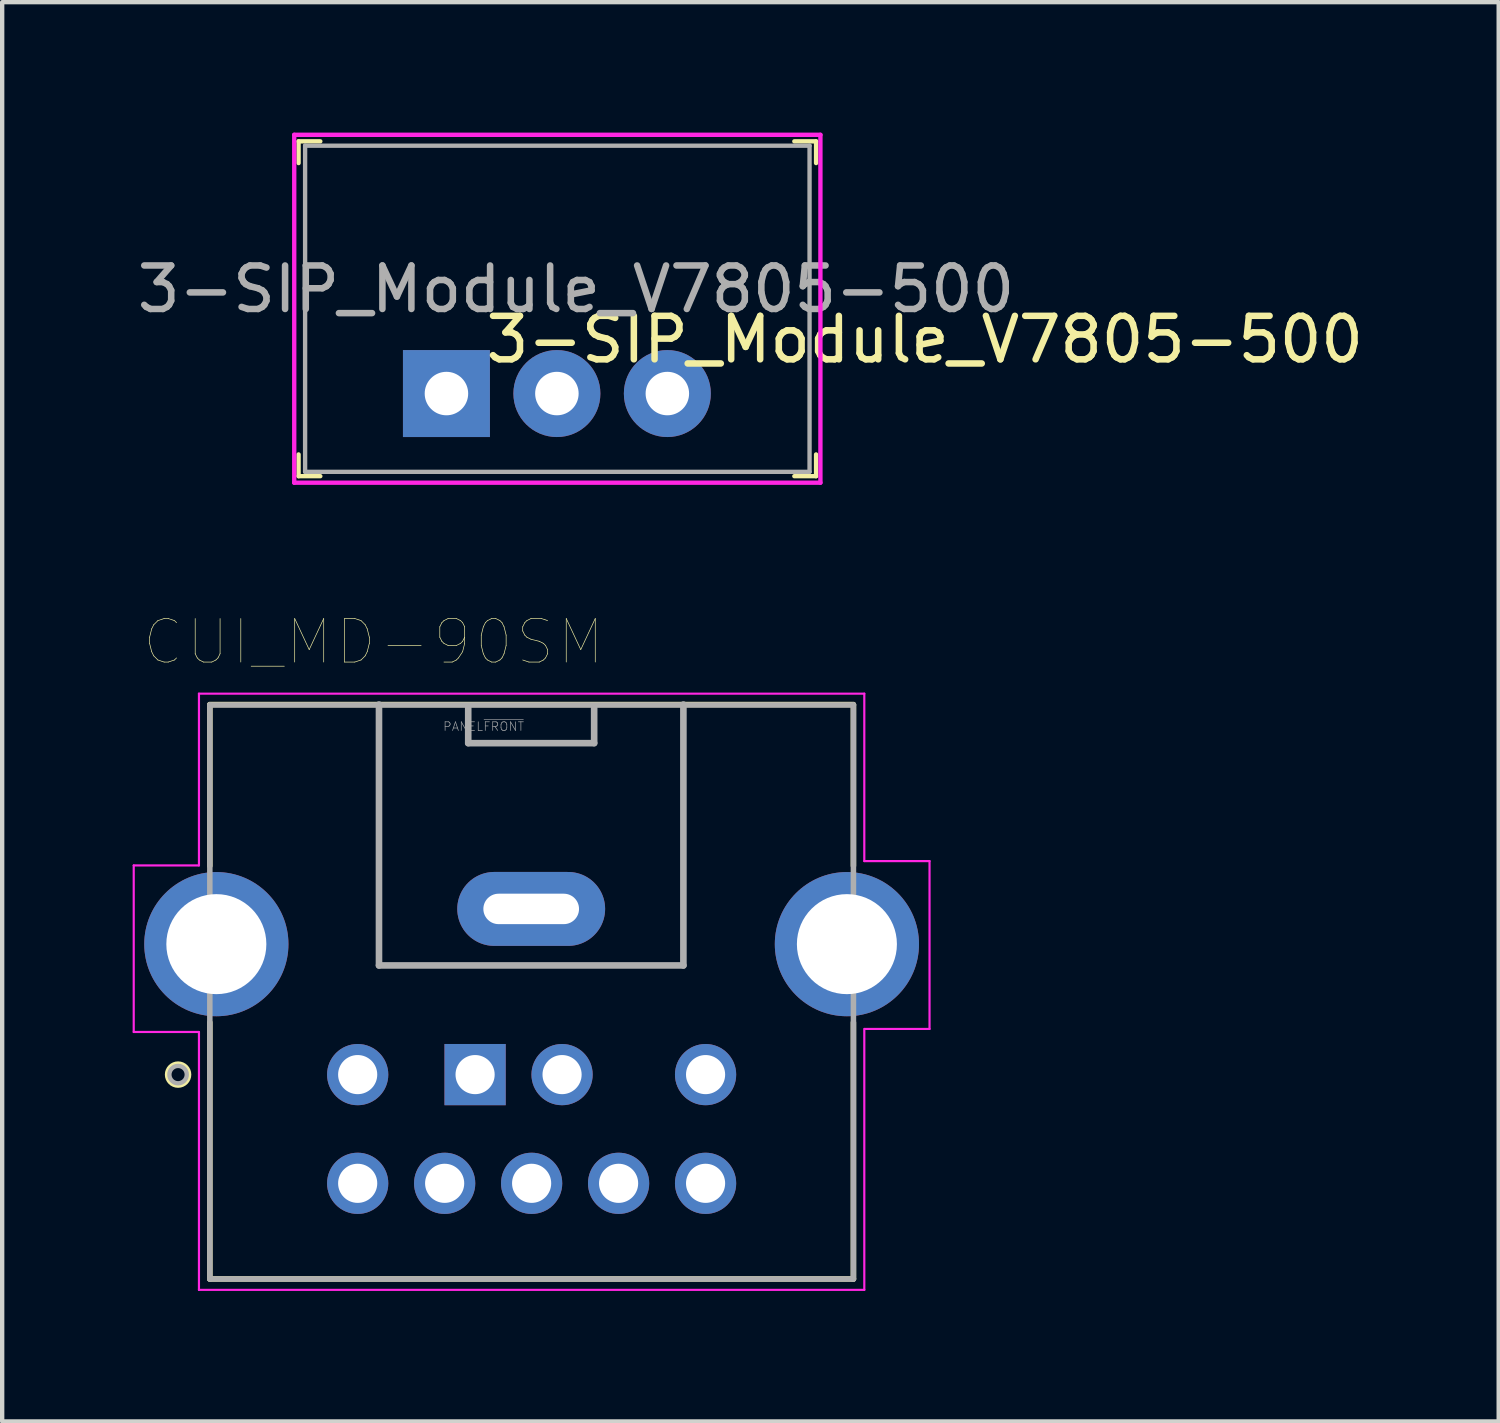
<source format=kicad_pcb>
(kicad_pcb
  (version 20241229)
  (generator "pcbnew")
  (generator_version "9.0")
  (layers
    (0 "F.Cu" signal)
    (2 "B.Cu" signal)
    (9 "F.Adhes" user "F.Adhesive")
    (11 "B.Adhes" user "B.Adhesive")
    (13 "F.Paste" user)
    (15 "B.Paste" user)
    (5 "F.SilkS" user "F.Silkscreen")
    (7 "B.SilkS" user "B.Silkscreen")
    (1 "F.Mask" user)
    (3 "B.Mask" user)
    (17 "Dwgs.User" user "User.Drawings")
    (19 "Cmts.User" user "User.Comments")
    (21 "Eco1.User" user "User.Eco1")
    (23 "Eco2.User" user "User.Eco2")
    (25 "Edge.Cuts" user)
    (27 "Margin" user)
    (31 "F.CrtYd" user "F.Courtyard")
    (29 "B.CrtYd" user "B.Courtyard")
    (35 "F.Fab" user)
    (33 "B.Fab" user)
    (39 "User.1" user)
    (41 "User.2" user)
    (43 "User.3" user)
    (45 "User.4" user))
  (footprint "CUI_MD-90SM"
    (layer "F.Cu")
    (at 9.175 17.861)
    (property "Reference" "CUI_MD-90SM" (at -3.637 -6.149 0) (layer "F.SilkS") (effects (font (size 1.001 1.001) (thickness 0.015))))
    (attr through_hole)
    (fp_line (start -7.4 -4.71) (end 7.4 -4.71) (stroke (width 0.127) (type solid)) (layer "F.SilkS"))
    (fp_line (start -7.4 -4.7) (end -7.4 -1) (stroke (width 0.127) (type solid)) (layer "F.SilkS"))
    (fp_line (start -7.4 8.5) (end -7.4 2.6) (stroke (width 0.127) (type solid)) (layer "F.SilkS"))
    (fp_line (start 7.4 -4.7) (end 7.4 -1) (stroke (width 0.127) (type solid)) (layer "F.SilkS"))
    (fp_line (start 7.4 8.5) (end -7.4 8.5) (stroke (width 0.127) (type solid)) (layer "F.SilkS"))
    (fp_line (start 7.4 8.5) (end 7.4 2.6) (stroke (width 0.127) (type solid)) (layer "F.SilkS"))
    (fp_circle (center -8.13 3.8) (end -7.876 3.8) (stroke (width 0.1) (type solid)) (fill no) (layer "F.SilkS"))
    (fp_line (start -9.15 -1.01) (end -9.15 2.82) (stroke (width 0.05) (type solid)) (layer "F.CrtYd"))
    (fp_line (start -9.15 2.82) (end -7.65 2.82) (stroke (width 0.05) (type solid)) (layer "F.CrtYd"))
    (fp_line (start -7.65 -4.96) (end -7.65 -1.01) (stroke (width 0.05) (type solid)) (layer "F.CrtYd"))
    (fp_line (start -7.65 -4.96) (end 7.65 -4.96) (stroke (width 0.05) (type solid)) (layer "F.CrtYd"))
    (fp_line (start -7.65 -1.01) (end -9.15 -1.01) (stroke (width 0.05) (type solid)) (layer "F.CrtYd"))
    (fp_line (start -7.65 2.82) (end -7.65 8.75) (stroke (width 0.05) (type solid)) (layer "F.CrtYd"))
    (fp_line (start 7.65 -4.96) (end 7.65 -1.11) (stroke (width 0.05) (type solid)) (layer "F.CrtYd"))
    (fp_line (start 7.65 -1.11) (end 9.15 -1.11) (stroke (width 0.05) (type solid)) (layer "F.CrtYd"))
    (fp_line (start 7.65 8.75) (end -7.65 8.75) (stroke (width 0.05) (type solid)) (layer "F.CrtYd"))
    (fp_line (start 7.65 8.75) (end 7.65 2.75) (stroke (width 0.05) (type solid)) (layer "F.CrtYd"))
    (fp_line (start 9.15 -1.11) (end 9.15 2.75) (stroke (width 0.05) (type solid)) (layer "F.CrtYd"))
    (fp_line (start 9.15 2.75) (end 7.66 2.75) (stroke (width 0.05) (type solid)) (layer "F.CrtYd"))
    (fp_line (start -7.4 -4.7) (end 7.4 -4.7) (stroke (width 0.127) (type solid)) (layer "F.Fab"))
    (fp_line (start -7.4 8.5) (end -7.4 -4.7) (stroke (width 0.127) (type solid)) (layer "F.Fab"))
    (fp_line (start -3.51 -4.71) (end -3.51 1.29) (stroke (width 0.152) (type solid)) (layer "F.Fab"))
    (fp_line (start -3.51 1.29) (end 3.49 1.29) (stroke (width 0.152) (type solid)) (layer "F.Fab"))
    (fp_line (start -1.458 -4.63) (end -1.458 -3.822) (stroke (width 0.152) (type solid)) (layer "F.Fab"))
    (fp_line (start -1.458 -3.822) (end 1.438 -3.822) (stroke (width 0.152) (type solid)) (layer "F.Fab"))
    (fp_line (start 1.438 -3.822) (end 1.438 -4.63) (stroke (width 0.152) (type solid)) (layer "F.Fab"))
    (fp_line (start 3.49 1.29) (end 3.49 -4.71) (stroke (width 0.152) (type solid)) (layer "F.Fab"))
    (fp_line (start 7.4 -4.7) (end 7.4 8.5) (stroke (width 0.127) (type solid)) (layer "F.Fab"))
    (fp_line (start 7.4 8.5) (end -7.4 8.5) (stroke (width 0.127) (type solid)) (layer "F.Fab"))
    (fp_circle (center -8.13 3.8) (end -7.93 3.8) (stroke (width 0.1) (type solid)) (fill no) (layer "F.Fab"))
    (fp_text user "PANEL~{FRONT}" (at -1.104 -4.205 0) (layer "F.Fab") (effects (font (size 0.2 0.2) (thickness 0.015))))
    (pad "1" thru_hole rect (at -1.3 3.8) (size 1.408 1.408) (drill 0.9) (layers "*.Cu" "*.Mask"))
    (pad "2" thru_hole circle (at 0.7 3.8) (size 1.408 1.408) (drill 0.9) (layers "*.Cu" "*.Mask"))
    (pad "3" thru_hole circle (at -4 3.8) (size 1.408 1.408) (drill 0.9) (layers "*.Cu" "*.Mask"))
    (pad "4" thru_hole circle (at -2 6.3) (size 1.408 1.408) (drill 0.9) (layers "*.Cu" "*.Mask"))
    (pad "5" thru_hole circle (at 0 6.3) (size 1.408 1.408) (drill 0.9) (layers "*.Cu" "*.Mask"))
    (pad "6" thru_hole circle (at 4 3.8) (size 1.408 1.408) (drill 0.9) (layers "*.Cu" "*.Mask"))
    (pad "7" thru_hole circle (at -4 6.3) (size 1.408 1.408) (drill 0.9) (layers "*.Cu" "*.Mask"))
    (pad "8" thru_hole circle (at 2 6.3) (size 1.408 1.408) (drill 0.9) (layers "*.Cu" "*.Mask"))
    (pad "9" thru_hole circle (at 4 6.3) (size 1.408 1.408) (drill 0.9) (layers "*.Cu" "*.Mask"))
    (pad "S1" thru_hole oval (at -0.01 -0.01) (size 3.4 1.7) (drill oval 2.2 0.7) (layers "*.Cu" "*.Mask"))
    (pad "S2" thru_hole circle (at -7.25 0.8) (size 3.316 3.316) (drill 2.3) (layers "*.Cu" "*.Mask"))
    (pad "S3" thru_hole circle (at 7.25 0.8) (size 3.316 3.316) (drill 2.3) (layers "*.Cu" "*.Mask")))
  (footprint "3-SIP_Module_V7805-500"
    (layer "F.Cu")
    (at 7.216 6)
    (property "Reference" "3-SIP_Module_V7805-500" (at 11 -1.242 0) (layer "F.SilkS") (effects (font (size 1 1) (thickness 0.15))))
    (attr through_hole)
    (fp_line (start -3.4 -5.8) (end -3.4 -5.3) (stroke (width 0.1) (type solid)) (layer "F.SilkS"))
    (fp_line (start -3.4 -5.8) (end -2.9 -5.8) (stroke (width 0.1) (type solid)) (layer "F.SilkS"))
    (fp_line (start -3.4 1.9) (end -3.4 1.4) (stroke (width 0.1) (type solid)) (layer "F.SilkS"))
    (fp_line (start -3.4 1.9) (end -2.9 1.9) (stroke (width 0.1) (type solid)) (layer "F.SilkS"))
    (fp_line (start 8.5 -5.8) (end 8 -5.8) (stroke (width 0.1) (type solid)) (layer "F.SilkS"))
    (fp_line (start 8.5 -5.8) (end 8.5 -5.3) (stroke (width 0.1) (type solid)) (layer "F.SilkS"))
    (fp_line (start 8.5 1.9) (end 8 1.9) (stroke (width 0.1) (type solid)) (layer "F.SilkS"))
    (fp_line (start 8.5 1.9) (end 8.5 1.4) (stroke (width 0.1) (type solid)) (layer "F.SilkS"))
    (fp_line (start -3.5 2.05) (end -3.5 -5.95) (stroke (width 0.1) (type solid)) (layer "F.CrtYd"))
    (fp_line (start 8.6 -5.95) (end -3.5 -5.95) (stroke (width 0.1) (type solid)) (layer "F.CrtYd"))
    (fp_line (start 8.6 2.05) (end -3.5 2.05) (stroke (width 0.1) (type solid)) (layer "F.CrtYd"))
    (fp_line (start 8.6 2.05) (end 8.6 -5.95) (stroke (width 0.1) (type solid)) (layer "F.CrtYd"))
    (fp_line (start -3.25 -5.7) (end -3.25 1.8) (stroke (width 0.1) (type solid)) (layer "F.Fab"))
    (fp_line (start -3.25 -5.7) (end 8.35 -5.7) (stroke (width 0.1) (type solid)) (layer "F.Fab"))
    (fp_line (start -3.25 1.8) (end 8.35 1.8) (stroke (width 0.1) (type solid)) (layer "F.Fab"))
    (fp_line (start 8.35 -5.7) (end 8.35 1.8) (stroke (width 0.1) (type solid)) (layer "F.Fab"))
    (fp_text user "${REFERENCE}" (at 2.98 -2.4 0) (layer "F.Fab") (effects (font (size 1 1) (thickness 0.15))))
    (pad "1" thru_hole rect (at 0 0) (size 2 2) (drill 1) (layers "*.Cu" "*.Mask"))
    (pad "2" thru_hole circle (at 2.54 0) (size 2 2) (drill 1) (layers "*.Cu" "*.Mask"))
    (pad "3" thru_hole circle (at 5.08 0) (size 2 2) (drill 1) (layers "*.Cu" "*.Mask")))
  (gr_rect
    (start -3 -3)
    (end 31.413 29.636)
    (stroke (width 0.1) (type default))
    (fill no)
    (layer "Edge.Cuts")))
</source>
